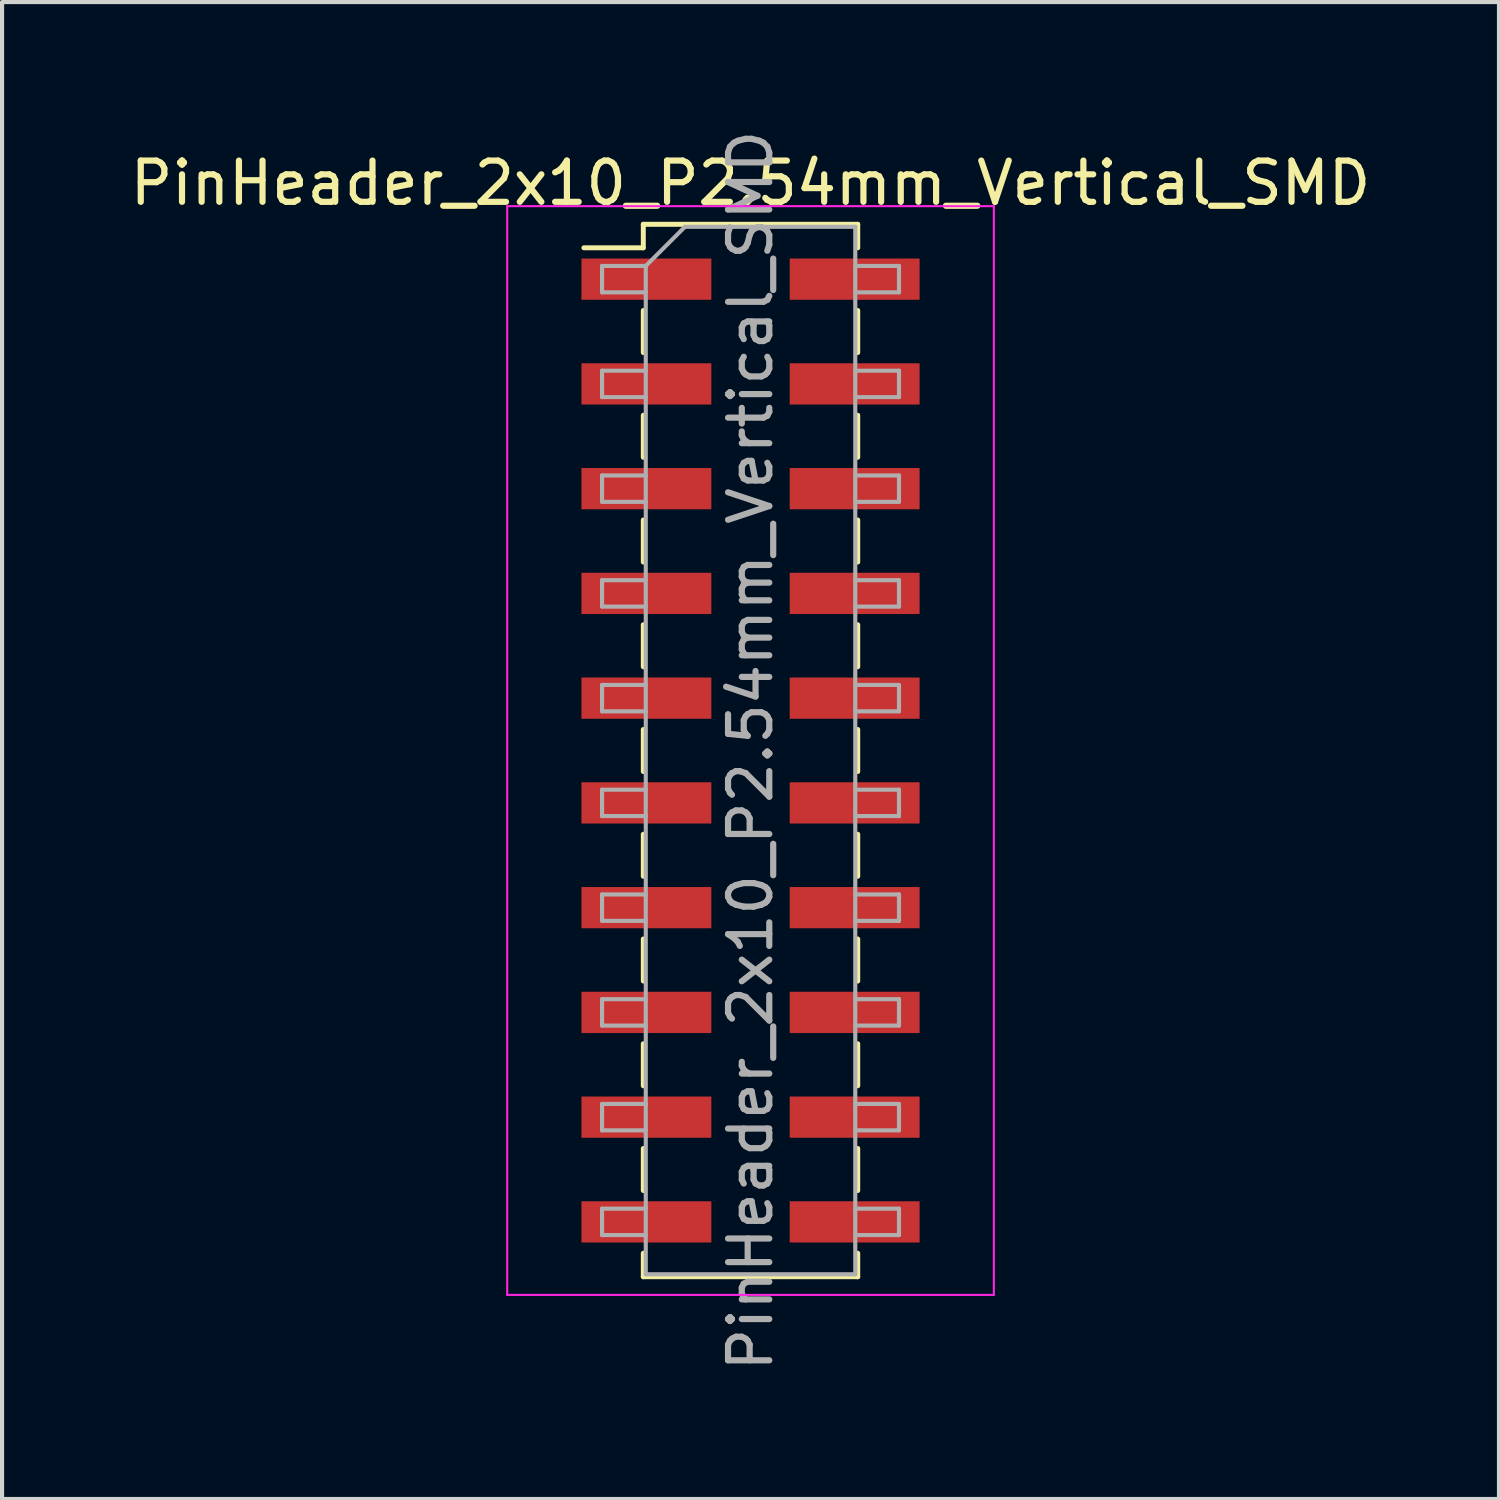
<source format=kicad_pcb>
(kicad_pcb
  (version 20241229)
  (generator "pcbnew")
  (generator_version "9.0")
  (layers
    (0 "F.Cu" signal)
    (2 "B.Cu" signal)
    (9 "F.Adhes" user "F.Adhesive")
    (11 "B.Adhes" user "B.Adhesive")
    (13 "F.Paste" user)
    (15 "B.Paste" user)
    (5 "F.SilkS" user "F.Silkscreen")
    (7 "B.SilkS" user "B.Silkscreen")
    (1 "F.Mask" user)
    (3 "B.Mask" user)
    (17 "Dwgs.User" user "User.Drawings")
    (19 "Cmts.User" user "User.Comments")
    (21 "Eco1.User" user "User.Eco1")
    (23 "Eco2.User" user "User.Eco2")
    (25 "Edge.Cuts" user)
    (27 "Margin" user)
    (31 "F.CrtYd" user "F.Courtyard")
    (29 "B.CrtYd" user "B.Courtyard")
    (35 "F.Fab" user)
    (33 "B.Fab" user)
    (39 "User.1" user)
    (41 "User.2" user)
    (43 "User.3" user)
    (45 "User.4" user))
  (footprint "PinHeader_2x10_P2.54mm_Vertical_SMD"
    (layer "F.Cu")
    (at 15.149 15.149)
    (property "Reference" "PinHeader_2x10_P2.54mm_Vertical_SMD" (at 0 -13.76 0) (layer "F.SilkS") (effects (font (size 1 1) (thickness 0.15))))
    (attr smd)
    (fp_line (start -4.04 -12.19) (end -2.6 -12.19) (stroke (width 0.12) (type solid)) (layer "F.SilkS"))
    (fp_line (start -2.6 -12.76) (end -2.6 -12.19) (stroke (width 0.12) (type solid)) (layer "F.SilkS"))
    (fp_line (start -2.6 -12.76) (end 2.6 -12.76) (stroke (width 0.12) (type solid)) (layer "F.SilkS"))
    (fp_line (start -2.6 -10.67) (end -2.6 -9.65) (stroke (width 0.12) (type solid)) (layer "F.SilkS"))
    (fp_line (start -2.6 -8.13) (end -2.6 -7.11) (stroke (width 0.12) (type solid)) (layer "F.SilkS"))
    (fp_line (start -2.6 -5.59) (end -2.6 -4.57) (stroke (width 0.12) (type solid)) (layer "F.SilkS"))
    (fp_line (start -2.6 -3.05) (end -2.6 -2.03) (stroke (width 0.12) (type solid)) (layer "F.SilkS"))
    (fp_line (start -2.6 -0.51) (end -2.6 0.51) (stroke (width 0.12) (type solid)) (layer "F.SilkS"))
    (fp_line (start -2.6 2.03) (end -2.6 3.05) (stroke (width 0.12) (type solid)) (layer "F.SilkS"))
    (fp_line (start -2.6 4.57) (end -2.6 5.59) (stroke (width 0.12) (type solid)) (layer "F.SilkS"))
    (fp_line (start -2.6 7.11) (end -2.6 8.13) (stroke (width 0.12) (type solid)) (layer "F.SilkS"))
    (fp_line (start -2.6 9.65) (end -2.6 10.67) (stroke (width 0.12) (type solid)) (layer "F.SilkS"))
    (fp_line (start -2.6 12.19) (end -2.6 12.76) (stroke (width 0.12) (type solid)) (layer "F.SilkS"))
    (fp_line (start -2.6 12.76) (end 2.6 12.76) (stroke (width 0.12) (type solid)) (layer "F.SilkS"))
    (fp_line (start 2.6 -12.76) (end 2.6 -12.19) (stroke (width 0.12) (type solid)) (layer "F.SilkS"))
    (fp_line (start 2.6 -10.67) (end 2.6 -9.65) (stroke (width 0.12) (type solid)) (layer "F.SilkS"))
    (fp_line (start 2.6 -8.13) (end 2.6 -7.11) (stroke (width 0.12) (type solid)) (layer "F.SilkS"))
    (fp_line (start 2.6 -5.59) (end 2.6 -4.57) (stroke (width 0.12) (type solid)) (layer "F.SilkS"))
    (fp_line (start 2.6 -3.05) (end 2.6 -2.03) (stroke (width 0.12) (type solid)) (layer "F.SilkS"))
    (fp_line (start 2.6 -0.51) (end 2.6 0.51) (stroke (width 0.12) (type solid)) (layer "F.SilkS"))
    (fp_line (start 2.6 2.03) (end 2.6 3.05) (stroke (width 0.12) (type solid)) (layer "F.SilkS"))
    (fp_line (start 2.6 4.57) (end 2.6 5.59) (stroke (width 0.12) (type solid)) (layer "F.SilkS"))
    (fp_line (start 2.6 7.11) (end 2.6 8.13) (stroke (width 0.12) (type solid)) (layer "F.SilkS"))
    (fp_line (start 2.6 9.65) (end 2.6 10.67) (stroke (width 0.12) (type solid)) (layer "F.SilkS"))
    (fp_line (start 2.6 12.19) (end 2.6 12.76) (stroke (width 0.12) (type solid)) (layer "F.SilkS"))
    (fp_line (start -5.9 -13.2) (end -5.9 13.2) (stroke (width 0.05) (type solid)) (layer "F.CrtYd"))
    (fp_line (start -5.9 13.2) (end 5.9 13.2) (stroke (width 0.05) (type solid)) (layer "F.CrtYd"))
    (fp_line (start 5.9 -13.2) (end -5.9 -13.2) (stroke (width 0.05) (type solid)) (layer "F.CrtYd"))
    (fp_line (start 5.9 13.2) (end 5.9 -13.2) (stroke (width 0.05) (type solid)) (layer "F.CrtYd"))
    (fp_line (start -3.6 -11.75) (end -3.6 -11.11) (stroke (width 0.1) (type solid)) (layer "F.Fab"))
    (fp_line (start -3.6 -11.11) (end -2.54 -11.11) (stroke (width 0.1) (type solid)) (layer "F.Fab"))
    (fp_line (start -3.6 -9.21) (end -3.6 -8.57) (stroke (width 0.1) (type solid)) (layer "F.Fab"))
    (fp_line (start -3.6 -8.57) (end -2.54 -8.57) (stroke (width 0.1) (type solid)) (layer "F.Fab"))
    (fp_line (start -3.6 -6.67) (end -3.6 -6.03) (stroke (width 0.1) (type solid)) (layer "F.Fab"))
    (fp_line (start -3.6 -6.03) (end -2.54 -6.03) (stroke (width 0.1) (type solid)) (layer "F.Fab"))
    (fp_line (start -3.6 -4.13) (end -3.6 -3.49) (stroke (width 0.1) (type solid)) (layer "F.Fab"))
    (fp_line (start -3.6 -3.49) (end -2.54 -3.49) (stroke (width 0.1) (type solid)) (layer "F.Fab"))
    (fp_line (start -3.6 -1.59) (end -3.6 -0.95) (stroke (width 0.1) (type solid)) (layer "F.Fab"))
    (fp_line (start -3.6 -0.95) (end -2.54 -0.95) (stroke (width 0.1) (type solid)) (layer "F.Fab"))
    (fp_line (start -3.6 0.95) (end -3.6 1.59) (stroke (width 0.1) (type solid)) (layer "F.Fab"))
    (fp_line (start -3.6 1.59) (end -2.54 1.59) (stroke (width 0.1) (type solid)) (layer "F.Fab"))
    (fp_line (start -3.6 3.49) (end -3.6 4.13) (stroke (width 0.1) (type solid)) (layer "F.Fab"))
    (fp_line (start -3.6 4.13) (end -2.54 4.13) (stroke (width 0.1) (type solid)) (layer "F.Fab"))
    (fp_line (start -3.6 6.03) (end -3.6 6.67) (stroke (width 0.1) (type solid)) (layer "F.Fab"))
    (fp_line (start -3.6 6.67) (end -2.54 6.67) (stroke (width 0.1) (type solid)) (layer "F.Fab"))
    (fp_line (start -3.6 8.57) (end -3.6 9.21) (stroke (width 0.1) (type solid)) (layer "F.Fab"))
    (fp_line (start -3.6 9.21) (end -2.54 9.21) (stroke (width 0.1) (type solid)) (layer "F.Fab"))
    (fp_line (start -3.6 11.11) (end -3.6 11.75) (stroke (width 0.1) (type solid)) (layer "F.Fab"))
    (fp_line (start -3.6 11.75) (end -2.54 11.75) (stroke (width 0.1) (type solid)) (layer "F.Fab"))
    (fp_line (start -2.54 -11.75) (end -3.6 -11.75) (stroke (width 0.1) (type solid)) (layer "F.Fab"))
    (fp_line (start -2.54 -11.75) (end -1.59 -12.7) (stroke (width 0.1) (type solid)) (layer "F.Fab"))
    (fp_line (start -2.54 -9.21) (end -3.6 -9.21) (stroke (width 0.1) (type solid)) (layer "F.Fab"))
    (fp_line (start -2.54 -6.67) (end -3.6 -6.67) (stroke (width 0.1) (type solid)) (layer "F.Fab"))
    (fp_line (start -2.54 -4.13) (end -3.6 -4.13) (stroke (width 0.1) (type solid)) (layer "F.Fab"))
    (fp_line (start -2.54 -1.59) (end -3.6 -1.59) (stroke (width 0.1) (type solid)) (layer "F.Fab"))
    (fp_line (start -2.54 0.95) (end -3.6 0.95) (stroke (width 0.1) (type solid)) (layer "F.Fab"))
    (fp_line (start -2.54 3.49) (end -3.6 3.49) (stroke (width 0.1) (type solid)) (layer "F.Fab"))
    (fp_line (start -2.54 6.03) (end -3.6 6.03) (stroke (width 0.1) (type solid)) (layer "F.Fab"))
    (fp_line (start -2.54 8.57) (end -3.6 8.57) (stroke (width 0.1) (type solid)) (layer "F.Fab"))
    (fp_line (start -2.54 11.11) (end -3.6 11.11) (stroke (width 0.1) (type solid)) (layer "F.Fab"))
    (fp_line (start -2.54 12.7) (end -2.54 -11.75) (stroke (width 0.1) (type solid)) (layer "F.Fab"))
    (fp_line (start -1.59 -12.7) (end 2.54 -12.7) (stroke (width 0.1) (type solid)) (layer "F.Fab"))
    (fp_line (start 2.54 -12.7) (end 2.54 12.7) (stroke (width 0.1) (type solid)) (layer "F.Fab"))
    (fp_line (start 2.54 -11.75) (end 3.6 -11.75) (stroke (width 0.1) (type solid)) (layer "F.Fab"))
    (fp_line (start 2.54 -9.21) (end 3.6 -9.21) (stroke (width 0.1) (type solid)) (layer "F.Fab"))
    (fp_line (start 2.54 -6.67) (end 3.6 -6.67) (stroke (width 0.1) (type solid)) (layer "F.Fab"))
    (fp_line (start 2.54 -4.13) (end 3.6 -4.13) (stroke (width 0.1) (type solid)) (layer "F.Fab"))
    (fp_line (start 2.54 -1.59) (end 3.6 -1.59) (stroke (width 0.1) (type solid)) (layer "F.Fab"))
    (fp_line (start 2.54 0.95) (end 3.6 0.95) (stroke (width 0.1) (type solid)) (layer "F.Fab"))
    (fp_line (start 2.54 3.49) (end 3.6 3.49) (stroke (width 0.1) (type solid)) (layer "F.Fab"))
    (fp_line (start 2.54 6.03) (end 3.6 6.03) (stroke (width 0.1) (type solid)) (layer "F.Fab"))
    (fp_line (start 2.54 8.57) (end 3.6 8.57) (stroke (width 0.1) (type solid)) (layer "F.Fab"))
    (fp_line (start 2.54 11.11) (end 3.6 11.11) (stroke (width 0.1) (type solid)) (layer "F.Fab"))
    (fp_line (start 2.54 12.7) (end -2.54 12.7) (stroke (width 0.1) (type solid)) (layer "F.Fab"))
    (fp_line (start 3.6 -11.75) (end 3.6 -11.11) (stroke (width 0.1) (type solid)) (layer "F.Fab"))
    (fp_line (start 3.6 -11.11) (end 2.54 -11.11) (stroke (width 0.1) (type solid)) (layer "F.Fab"))
    (fp_line (start 3.6 -9.21) (end 3.6 -8.57) (stroke (width 0.1) (type solid)) (layer "F.Fab"))
    (fp_line (start 3.6 -8.57) (end 2.54 -8.57) (stroke (width 0.1) (type solid)) (layer "F.Fab"))
    (fp_line (start 3.6 -6.67) (end 3.6 -6.03) (stroke (width 0.1) (type solid)) (layer "F.Fab"))
    (fp_line (start 3.6 -6.03) (end 2.54 -6.03) (stroke (width 0.1) (type solid)) (layer "F.Fab"))
    (fp_line (start 3.6 -4.13) (end 3.6 -3.49) (stroke (width 0.1) (type solid)) (layer "F.Fab"))
    (fp_line (start 3.6 -3.49) (end 2.54 -3.49) (stroke (width 0.1) (type solid)) (layer "F.Fab"))
    (fp_line (start 3.6 -1.59) (end 3.6 -0.95) (stroke (width 0.1) (type solid)) (layer "F.Fab"))
    (fp_line (start 3.6 -0.95) (end 2.54 -0.95) (stroke (width 0.1) (type solid)) (layer "F.Fab"))
    (fp_line (start 3.6 0.95) (end 3.6 1.59) (stroke (width 0.1) (type solid)) (layer "F.Fab"))
    (fp_line (start 3.6 1.59) (end 2.54 1.59) (stroke (width 0.1) (type solid)) (layer "F.Fab"))
    (fp_line (start 3.6 3.49) (end 3.6 4.13) (stroke (width 0.1) (type solid)) (layer "F.Fab"))
    (fp_line (start 3.6 4.13) (end 2.54 4.13) (stroke (width 0.1) (type solid)) (layer "F.Fab"))
    (fp_line (start 3.6 6.03) (end 3.6 6.67) (stroke (width 0.1) (type solid)) (layer "F.Fab"))
    (fp_line (start 3.6 6.67) (end 2.54 6.67) (stroke (width 0.1) (type solid)) (layer "F.Fab"))
    (fp_line (start 3.6 8.57) (end 3.6 9.21) (stroke (width 0.1) (type solid)) (layer "F.Fab"))
    (fp_line (start 3.6 9.21) (end 2.54 9.21) (stroke (width 0.1) (type solid)) (layer "F.Fab"))
    (fp_line (start 3.6 11.11) (end 3.6 11.75) (stroke (width 0.1) (type solid)) (layer "F.Fab"))
    (fp_line (start 3.6 11.75) (end 2.54 11.75) (stroke (width 0.1) (type solid)) (layer "F.Fab"))
    (fp_text user "${REFERENCE}" (at 0 0 90) (layer "F.Fab") (effects (font (size 1 1) (thickness 0.15))))
    (pad "1" smd rect (at -2.525 -11.43) (size 3.15 1) (layers "F.Cu" "F.Mask" "F.Paste"))
    (pad "2" smd rect (at 2.525 -11.43) (size 3.15 1) (layers "F.Cu" "F.Mask" "F.Paste"))
    (pad "3" smd rect (at -2.525 -8.89) (size 3.15 1) (layers "F.Cu" "F.Mask" "F.Paste"))
    (pad "4" smd rect (at 2.525 -8.89) (size 3.15 1) (layers "F.Cu" "F.Mask" "F.Paste"))
    (pad "5" smd rect (at -2.525 -6.35) (size 3.15 1) (layers "F.Cu" "F.Mask" "F.Paste"))
    (pad "6" smd rect (at 2.525 -6.35) (size 3.15 1) (layers "F.Cu" "F.Mask" "F.Paste"))
    (pad "7" smd rect (at -2.525 -3.81) (size 3.15 1) (layers "F.Cu" "F.Mask" "F.Paste"))
    (pad "8" smd rect (at 2.525 -3.81) (size 3.15 1) (layers "F.Cu" "F.Mask" "F.Paste"))
    (pad "9" smd rect (at -2.525 -1.27) (size 3.15 1) (layers "F.Cu" "F.Mask" "F.Paste"))
    (pad "10" smd rect (at 2.525 -1.27) (size 3.15 1) (layers "F.Cu" "F.Mask" "F.Paste"))
    (pad "11" smd rect (at -2.525 1.27) (size 3.15 1) (layers "F.Cu" "F.Mask" "F.Paste"))
    (pad "12" smd rect (at 2.525 1.27) (size 3.15 1) (layers "F.Cu" "F.Mask" "F.Paste"))
    (pad "13" smd rect (at -2.525 3.81) (size 3.15 1) (layers "F.Cu" "F.Mask" "F.Paste"))
    (pad "14" smd rect (at 2.525 3.81) (size 3.15 1) (layers "F.Cu" "F.Mask" "F.Paste"))
    (pad "15" smd rect (at -2.525 6.35) (size 3.15 1) (layers "F.Cu" "F.Mask" "F.Paste"))
    (pad "16" smd rect (at 2.525 6.35) (size 3.15 1) (layers "F.Cu" "F.Mask" "F.Paste"))
    (pad "17" smd rect (at -2.525 8.89) (size 3.15 1) (layers "F.Cu" "F.Mask" "F.Paste"))
    (pad "18" smd rect (at 2.525 8.89) (size 3.15 1) (layers "F.Cu" "F.Mask" "F.Paste"))
    (pad "19" smd rect (at -2.525 11.43) (size 3.15 1) (layers "F.Cu" "F.Mask" "F.Paste"))
    (pad "20" smd rect (at 2.525 11.43) (size 3.15 1) (layers "F.Cu" "F.Mask" "F.Paste")))
  (gr_rect
    (start -3 -3)
    (end 33.298 33.298)
    (stroke (width 0.1) (type default))
    (fill no)
    (layer "Edge.Cuts")))
</source>
